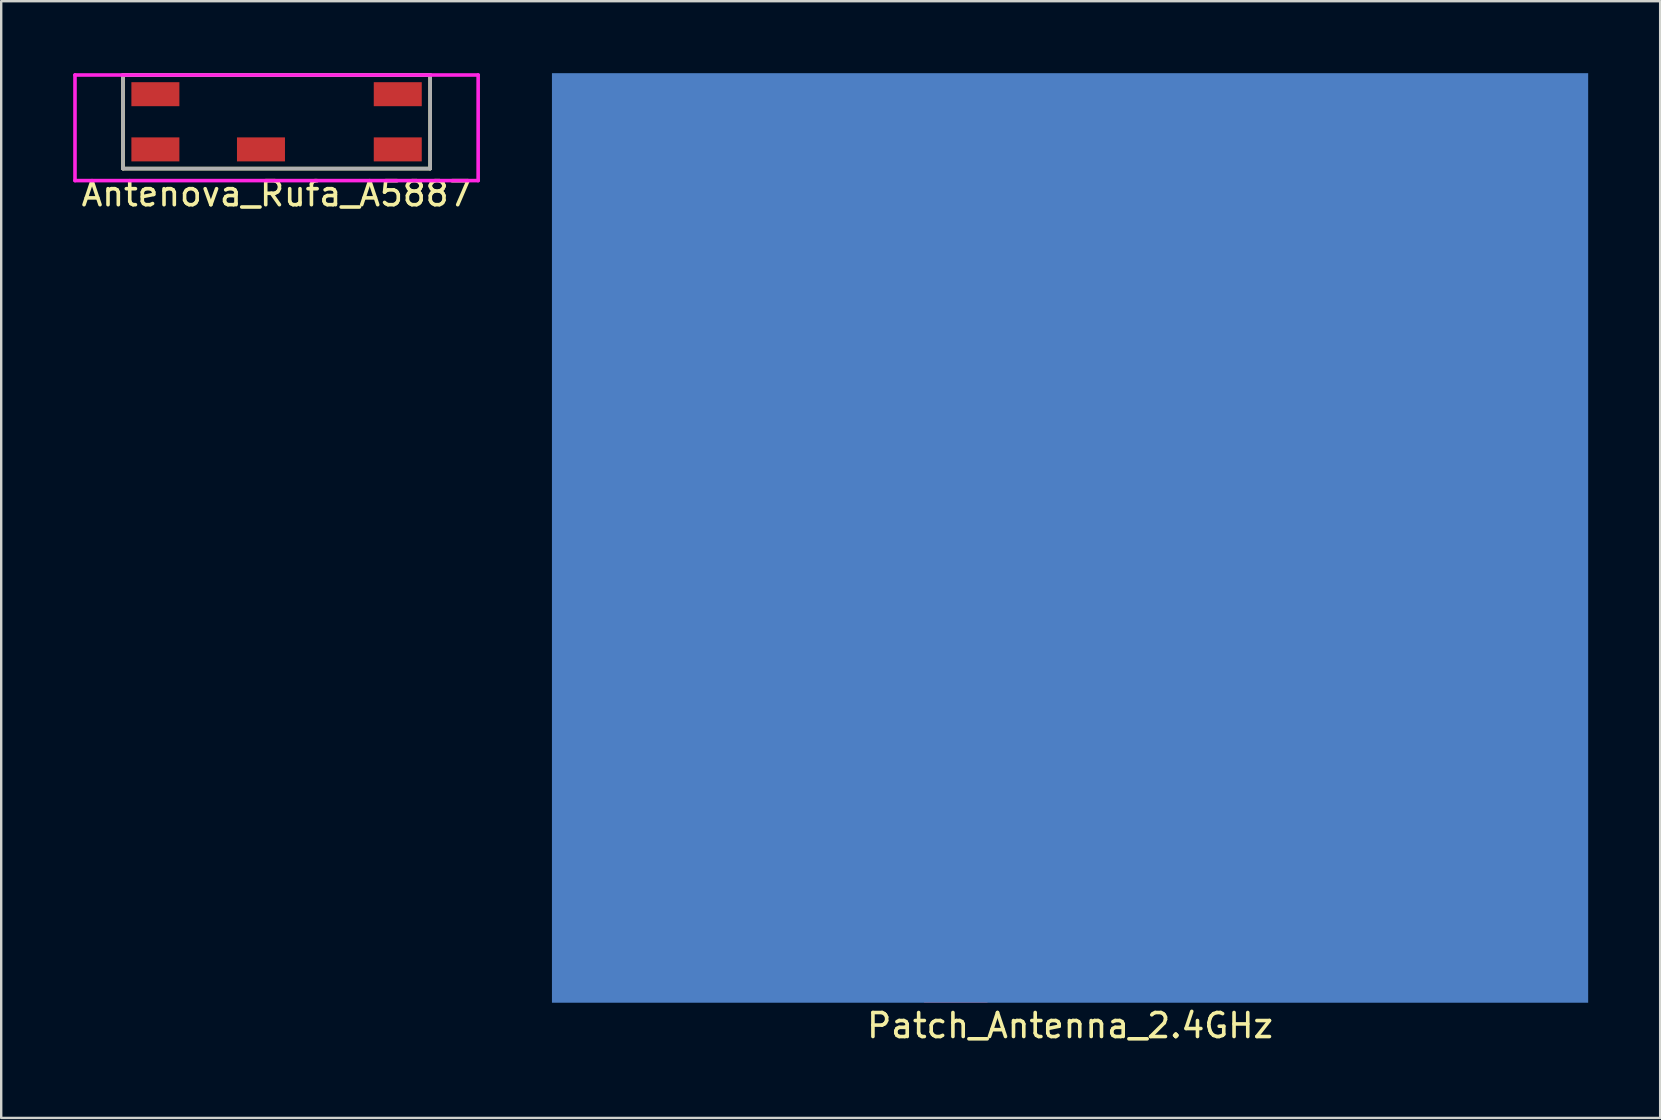
<source format=kicad_pcb>
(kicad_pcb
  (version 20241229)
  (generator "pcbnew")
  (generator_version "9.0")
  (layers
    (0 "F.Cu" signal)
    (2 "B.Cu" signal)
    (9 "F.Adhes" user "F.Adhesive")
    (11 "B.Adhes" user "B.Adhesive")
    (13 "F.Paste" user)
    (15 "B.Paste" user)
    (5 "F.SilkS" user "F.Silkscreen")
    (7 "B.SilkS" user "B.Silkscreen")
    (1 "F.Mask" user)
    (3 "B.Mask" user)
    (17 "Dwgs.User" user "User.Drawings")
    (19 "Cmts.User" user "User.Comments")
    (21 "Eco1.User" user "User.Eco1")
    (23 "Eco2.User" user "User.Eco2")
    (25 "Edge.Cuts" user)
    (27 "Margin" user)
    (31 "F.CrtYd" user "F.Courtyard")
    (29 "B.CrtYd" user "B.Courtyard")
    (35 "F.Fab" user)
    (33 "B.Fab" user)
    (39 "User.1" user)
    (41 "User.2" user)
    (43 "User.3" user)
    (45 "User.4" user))
  (footprint "Antenova_Rufa_A5887"
    (layer "F.Cu")
    (at 8.475 2.025)
    (property "Reference" "Antenova_Rufa_A5887" (at 0 3 0) (layer "F.SilkS") (effects (font (size 1 1) (thickness 0.15))))
    (attr through_hole)
    (fp_line (start -6.4 -1.95) (end -6.4 1.95) (stroke (width 0.15) (type solid)) (layer "F.SilkS"))
    (fp_line (start -6.4 1.95) (end 6.4 1.95) (stroke (width 0.15) (type solid)) (layer "F.SilkS"))
    (fp_line (start 6.4 -1.95) (end -6.4 -1.95) (stroke (width 0.15) (type solid)) (layer "F.SilkS"))
    (fp_line (start 6.4 1.95) (end 6.4 -1.95) (stroke (width 0.15) (type solid)) (layer "F.SilkS"))
    (fp_line (start -8.4 -1.95) (end 8.4 -1.95) (stroke (width 0.15) (type solid)) (layer "F.CrtYd"))
    (fp_line (start -8.4 2.45) (end -8.4 -1.95) (stroke (width 0.15) (type solid)) (layer "F.CrtYd"))
    (fp_line (start 8.4 -1.95) (end 8.4 2.45) (stroke (width 0.15) (type solid)) (layer "F.CrtYd"))
    (fp_line (start 8.4 2.45) (end -8.4 2.45) (stroke (width 0.15) (type solid)) (layer "F.CrtYd"))
    (fp_line (start -6.4 -1.95) (end 6.4 -1.95) (stroke (width 0.15) (type solid)) (layer "F.Fab"))
    (fp_line (start -6.4 1.95) (end -6.4 -1.95) (stroke (width 0.15) (type solid)) (layer "F.Fab"))
    (fp_line (start 6.4 -1.95) (end 6.4 1.95) (stroke (width 0.15) (type solid)) (layer "F.Fab"))
    (fp_line (start 6.4 1.95) (end -6.4 1.95) (stroke (width 0.15) (type solid)) (layer "F.Fab"))
    (pad "1" smd rect (at 5.05 1.15) (size 2 1) (layers "F.Cu" "F.Mask" "F.Paste"))
    (pad "2" smd rect (at -0.65 1.15) (size 2 1) (layers "F.Cu" "F.Mask" "F.Paste"))
    (pad "3" smd rect (at -5.05 -1.15) (size 2 1) (layers "F.Cu" "F.Mask" "F.Paste"))
    (pad "3" smd rect (at -5.05 1.15) (size 2 1) (layers "F.Cu" "F.Mask" "F.Paste"))
    (pad "3" smd rect (at 5.05 -1.15) (size 2 1) (layers "F.Cu" "F.Mask" "F.Paste")))
  (footprint "Patch_Antenna_2.4GHz"
    (layer "F.Cu")
    (at 41.54 19.367)
    (property "Reference" "Patch_Antenna_2.4GHz" (at 0 20.32 0) (layer "F.SilkS") (effects (font (size 1 1) (thickness 0.15))))
    (attr through_hole)
    (pad "1" smd rect (at -4.763 17.304) (size 2.642 4.128) (layers "F.Cu"))
    (pad "1" smd rect (at 0 0) (size 34.925 30.48) (layers "F.Cu"))
    (pad "2" smd rect (at 0 0) (size 43.18 38.735) (layers "B.Cu")))
  (gr_rect
    (start -3 -3)
    (end 66.13 43.536)
    (stroke (width 0.1) (type default))
    (fill no)
    (layer "Edge.Cuts")))
</source>
